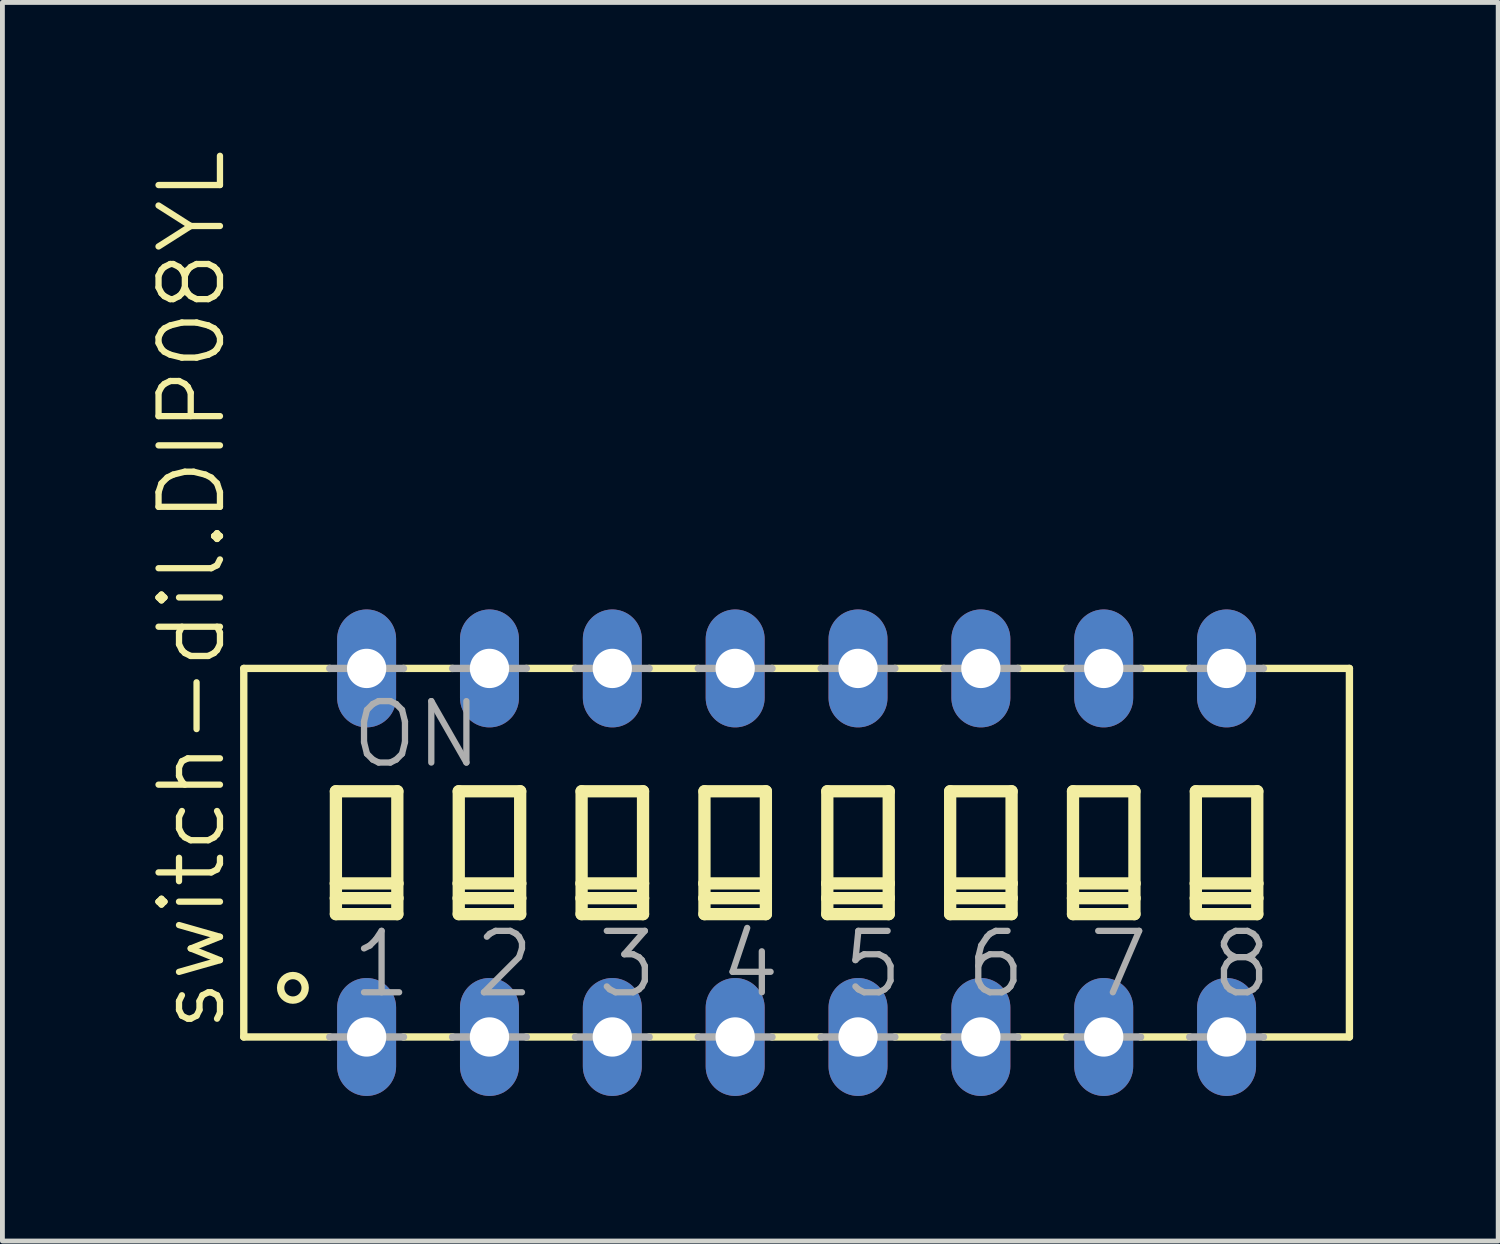
<source format=kicad_pcb>
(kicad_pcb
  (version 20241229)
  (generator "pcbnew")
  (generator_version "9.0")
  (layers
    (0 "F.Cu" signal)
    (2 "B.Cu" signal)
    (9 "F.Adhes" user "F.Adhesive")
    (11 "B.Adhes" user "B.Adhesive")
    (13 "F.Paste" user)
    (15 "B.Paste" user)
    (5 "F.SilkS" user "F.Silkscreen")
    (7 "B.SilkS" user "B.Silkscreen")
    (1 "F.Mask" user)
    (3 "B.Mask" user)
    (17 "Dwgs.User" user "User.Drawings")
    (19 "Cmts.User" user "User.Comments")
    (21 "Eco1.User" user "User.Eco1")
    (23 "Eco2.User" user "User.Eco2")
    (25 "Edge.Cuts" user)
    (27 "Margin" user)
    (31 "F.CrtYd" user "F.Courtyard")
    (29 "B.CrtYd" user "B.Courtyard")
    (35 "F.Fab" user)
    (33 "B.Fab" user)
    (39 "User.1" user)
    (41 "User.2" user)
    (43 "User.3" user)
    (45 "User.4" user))
  (footprint "switch-dil.DIP08YL"
    (layer "F.Cu")
    (at 13.42 14.58)
    (property "Reference" "switch-dil.DIP08YL" (at -11.76 3.759 90) (layer "F.SilkS") (effects (font (size 1.27 1.27) (thickness 0.13)) (justify left bottom)))
    (attr through_hole)
    (fp_line (start -11.43 -3.81) (end -11.43 3.81) (stroke (width 0.152) (type default)) (layer "F.SilkS"))
    (fp_line (start -11.43 -3.81) (end -9.652 -3.81) (stroke (width 0.152) (type default)) (layer "F.SilkS"))
    (fp_line (start -11.43 3.81) (end -9.652 3.81) (stroke (width 0.152) (type default)) (layer "F.SilkS"))
    (fp_line (start -9.525 -1.27) (end -9.525 0.635) (stroke (width 0.254) (type default)) (layer "F.SilkS"))
    (fp_line (start -9.525 0.635) (end -9.525 0.94) (stroke (width 0.254) (type default)) (layer "F.SilkS"))
    (fp_line (start -9.525 0.635) (end -8.255 0.635) (stroke (width 0.254) (type default)) (layer "F.SilkS"))
    (fp_line (start -9.525 0.94) (end -9.525 1.27) (stroke (width 0.254) (type default)) (layer "F.SilkS"))
    (fp_line (start -9.525 0.94) (end -8.255 0.94) (stroke (width 0.254) (type default)) (layer "F.SilkS"))
    (fp_line (start -9.525 1.27) (end -8.255 1.27) (stroke (width 0.254) (type default)) (layer "F.SilkS"))
    (fp_line (start -8.255 -1.27) (end -9.525 -1.27) (stroke (width 0.254) (type default)) (layer "F.SilkS"))
    (fp_line (start -8.255 0.635) (end -8.255 -1.27) (stroke (width 0.254) (type default)) (layer "F.SilkS"))
    (fp_line (start -8.255 0.94) (end -8.255 0.635) (stroke (width 0.254) (type default)) (layer "F.SilkS"))
    (fp_line (start -8.255 1.27) (end -8.255 0.94) (stroke (width 0.254) (type default)) (layer "F.SilkS"))
    (fp_line (start -8.128 3.81) (end -7.112 3.81) (stroke (width 0.152) (type default)) (layer "F.SilkS"))
    (fp_line (start -7.112 -3.81) (end -8.128 -3.81) (stroke (width 0.152) (type default)) (layer "F.SilkS"))
    (fp_line (start -6.985 -1.27) (end -6.985 0.635) (stroke (width 0.254) (type default)) (layer "F.SilkS"))
    (fp_line (start -6.985 0.635) (end -6.985 0.94) (stroke (width 0.254) (type default)) (layer "F.SilkS"))
    (fp_line (start -6.985 0.635) (end -5.715 0.635) (stroke (width 0.254) (type default)) (layer "F.SilkS"))
    (fp_line (start -6.985 0.94) (end -6.985 1.27) (stroke (width 0.254) (type default)) (layer "F.SilkS"))
    (fp_line (start -6.985 0.94) (end -5.715 0.94) (stroke (width 0.254) (type default)) (layer "F.SilkS"))
    (fp_line (start -6.985 1.27) (end -5.715 1.27) (stroke (width 0.254) (type default)) (layer "F.SilkS"))
    (fp_line (start -5.715 -1.27) (end -6.985 -1.27) (stroke (width 0.254) (type default)) (layer "F.SilkS"))
    (fp_line (start -5.715 0.635) (end -5.715 -1.27) (stroke (width 0.254) (type default)) (layer "F.SilkS"))
    (fp_line (start -5.715 0.94) (end -5.715 0.635) (stroke (width 0.254) (type default)) (layer "F.SilkS"))
    (fp_line (start -5.715 1.27) (end -5.715 0.94) (stroke (width 0.254) (type default)) (layer "F.SilkS"))
    (fp_line (start -5.588 3.81) (end -4.572 3.81) (stroke (width 0.152) (type default)) (layer "F.SilkS"))
    (fp_line (start -4.572 -3.81) (end -5.588 -3.81) (stroke (width 0.152) (type default)) (layer "F.SilkS"))
    (fp_line (start -4.445 -1.27) (end -4.445 0.635) (stroke (width 0.254) (type default)) (layer "F.SilkS"))
    (fp_line (start -4.445 0.635) (end -4.445 0.94) (stroke (width 0.254) (type default)) (layer "F.SilkS"))
    (fp_line (start -4.445 0.635) (end -3.175 0.635) (stroke (width 0.254) (type default)) (layer "F.SilkS"))
    (fp_line (start -4.445 0.94) (end -4.445 1.27) (stroke (width 0.254) (type default)) (layer "F.SilkS"))
    (fp_line (start -4.445 0.94) (end -3.175 0.94) (stroke (width 0.254) (type default)) (layer "F.SilkS"))
    (fp_line (start -4.445 1.27) (end -3.175 1.27) (stroke (width 0.254) (type default)) (layer "F.SilkS"))
    (fp_line (start -3.175 -1.27) (end -4.445 -1.27) (stroke (width 0.254) (type default)) (layer "F.SilkS"))
    (fp_line (start -3.175 0.635) (end -3.175 -1.27) (stroke (width 0.254) (type default)) (layer "F.SilkS"))
    (fp_line (start -3.175 0.94) (end -3.175 0.635) (stroke (width 0.254) (type default)) (layer "F.SilkS"))
    (fp_line (start -3.175 1.27) (end -3.175 0.94) (stroke (width 0.254) (type default)) (layer "F.SilkS"))
    (fp_line (start -3.048 3.81) (end -2.032 3.81) (stroke (width 0.152) (type default)) (layer "F.SilkS"))
    (fp_line (start -2.032 -3.81) (end -3.048 -3.81) (stroke (width 0.152) (type default)) (layer "F.SilkS"))
    (fp_line (start -1.905 -1.27) (end -1.905 0.635) (stroke (width 0.254) (type default)) (layer "F.SilkS"))
    (fp_line (start -1.905 0.635) (end -1.905 0.94) (stroke (width 0.254) (type default)) (layer "F.SilkS"))
    (fp_line (start -1.905 0.635) (end -0.635 0.635) (stroke (width 0.254) (type default)) (layer "F.SilkS"))
    (fp_line (start -1.905 0.94) (end -1.905 1.27) (stroke (width 0.254) (type default)) (layer "F.SilkS"))
    (fp_line (start -1.905 0.94) (end -0.635 0.94) (stroke (width 0.254) (type default)) (layer "F.SilkS"))
    (fp_line (start -1.905 1.27) (end -0.635 1.27) (stroke (width 0.254) (type default)) (layer "F.SilkS"))
    (fp_line (start -0.635 -1.27) (end -1.905 -1.27) (stroke (width 0.254) (type default)) (layer "F.SilkS"))
    (fp_line (start -0.635 0.635) (end -0.635 -1.27) (stroke (width 0.254) (type default)) (layer "F.SilkS"))
    (fp_line (start -0.635 0.94) (end -0.635 0.635) (stroke (width 0.254) (type default)) (layer "F.SilkS"))
    (fp_line (start -0.635 1.27) (end -0.635 0.94) (stroke (width 0.254) (type default)) (layer "F.SilkS"))
    (fp_line (start -0.508 3.81) (end 0.508 3.81) (stroke (width 0.152) (type default)) (layer "F.SilkS"))
    (fp_line (start 0.508 -3.81) (end -0.508 -3.81) (stroke (width 0.152) (type default)) (layer "F.SilkS"))
    (fp_line (start 0.635 -1.27) (end 0.635 0.635) (stroke (width 0.254) (type default)) (layer "F.SilkS"))
    (fp_line (start 0.635 0.635) (end 0.635 0.94) (stroke (width 0.254) (type default)) (layer "F.SilkS"))
    (fp_line (start 0.635 0.635) (end 1.905 0.635) (stroke (width 0.254) (type default)) (layer "F.SilkS"))
    (fp_line (start 0.635 0.94) (end 0.635 1.27) (stroke (width 0.254) (type default)) (layer "F.SilkS"))
    (fp_line (start 0.635 0.94) (end 1.905 0.94) (stroke (width 0.254) (type default)) (layer "F.SilkS"))
    (fp_line (start 0.635 1.27) (end 1.905 1.27) (stroke (width 0.254) (type default)) (layer "F.SilkS"))
    (fp_line (start 1.905 -1.27) (end 0.635 -1.27) (stroke (width 0.254) (type default)) (layer "F.SilkS"))
    (fp_line (start 1.905 0.635) (end 1.905 -1.27) (stroke (width 0.254) (type default)) (layer "F.SilkS"))
    (fp_line (start 1.905 0.94) (end 1.905 0.635) (stroke (width 0.254) (type default)) (layer "F.SilkS"))
    (fp_line (start 1.905 1.27) (end 1.905 0.94) (stroke (width 0.254) (type default)) (layer "F.SilkS"))
    (fp_line (start 2.032 3.81) (end 3.048 3.81) (stroke (width 0.152) (type default)) (layer "F.SilkS"))
    (fp_line (start 3.048 -3.81) (end 2.032 -3.81) (stroke (width 0.152) (type default)) (layer "F.SilkS"))
    (fp_line (start 3.175 -1.27) (end 3.175 0.635) (stroke (width 0.254) (type default)) (layer "F.SilkS"))
    (fp_line (start 3.175 0.635) (end 3.175 0.94) (stroke (width 0.254) (type default)) (layer "F.SilkS"))
    (fp_line (start 3.175 0.635) (end 4.445 0.635) (stroke (width 0.254) (type default)) (layer "F.SilkS"))
    (fp_line (start 3.175 0.94) (end 3.175 1.27) (stroke (width 0.254) (type default)) (layer "F.SilkS"))
    (fp_line (start 3.175 0.94) (end 4.445 0.94) (stroke (width 0.254) (type default)) (layer "F.SilkS"))
    (fp_line (start 3.175 1.27) (end 4.445 1.27) (stroke (width 0.254) (type default)) (layer "F.SilkS"))
    (fp_line (start 4.445 -1.27) (end 3.175 -1.27) (stroke (width 0.254) (type default)) (layer "F.SilkS"))
    (fp_line (start 4.445 0.635) (end 4.445 -1.27) (stroke (width 0.254) (type default)) (layer "F.SilkS"))
    (fp_line (start 4.445 0.94) (end 4.445 0.635) (stroke (width 0.254) (type default)) (layer "F.SilkS"))
    (fp_line (start 4.445 1.27) (end 4.445 0.94) (stroke (width 0.254) (type default)) (layer "F.SilkS"))
    (fp_line (start 4.572 3.81) (end 5.588 3.81) (stroke (width 0.152) (type default)) (layer "F.SilkS"))
    (fp_line (start 5.588 -3.81) (end 4.572 -3.81) (stroke (width 0.152) (type default)) (layer "F.SilkS"))
    (fp_line (start 5.715 -1.27) (end 5.715 0.635) (stroke (width 0.254) (type default)) (layer "F.SilkS"))
    (fp_line (start 5.715 0.635) (end 5.715 0.94) (stroke (width 0.254) (type default)) (layer "F.SilkS"))
    (fp_line (start 5.715 0.635) (end 6.985 0.635) (stroke (width 0.254) (type default)) (layer "F.SilkS"))
    (fp_line (start 5.715 0.94) (end 5.715 1.27) (stroke (width 0.254) (type default)) (layer "F.SilkS"))
    (fp_line (start 5.715 0.94) (end 6.985 0.94) (stroke (width 0.254) (type default)) (layer "F.SilkS"))
    (fp_line (start 5.715 1.27) (end 6.985 1.27) (stroke (width 0.254) (type default)) (layer "F.SilkS"))
    (fp_line (start 6.985 -1.27) (end 5.715 -1.27) (stroke (width 0.254) (type default)) (layer "F.SilkS"))
    (fp_line (start 6.985 0.635) (end 6.985 -1.27) (stroke (width 0.254) (type default)) (layer "F.SilkS"))
    (fp_line (start 6.985 0.94) (end 6.985 0.635) (stroke (width 0.254) (type default)) (layer "F.SilkS"))
    (fp_line (start 6.985 1.27) (end 6.985 0.94) (stroke (width 0.254) (type default)) (layer "F.SilkS"))
    (fp_line (start 7.112 3.81) (end 8.128 3.81) (stroke (width 0.152) (type default)) (layer "F.SilkS"))
    (fp_line (start 8.128 -3.81) (end 7.112 -3.81) (stroke (width 0.152) (type default)) (layer "F.SilkS"))
    (fp_line (start 8.255 -1.27) (end 8.255 0.635) (stroke (width 0.254) (type default)) (layer "F.SilkS"))
    (fp_line (start 8.255 0.635) (end 8.255 0.94) (stroke (width 0.254) (type default)) (layer "F.SilkS"))
    (fp_line (start 8.255 0.635) (end 9.525 0.635) (stroke (width 0.254) (type default)) (layer "F.SilkS"))
    (fp_line (start 8.255 0.94) (end 8.255 1.27) (stroke (width 0.254) (type default)) (layer "F.SilkS"))
    (fp_line (start 8.255 0.94) (end 9.525 0.94) (stroke (width 0.254) (type default)) (layer "F.SilkS"))
    (fp_line (start 8.255 1.27) (end 9.525 1.27) (stroke (width 0.254) (type default)) (layer "F.SilkS"))
    (fp_line (start 9.525 -1.27) (end 8.255 -1.27) (stroke (width 0.254) (type default)) (layer "F.SilkS"))
    (fp_line (start 9.525 0.635) (end 9.525 -1.27) (stroke (width 0.254) (type default)) (layer "F.SilkS"))
    (fp_line (start 9.525 0.94) (end 9.525 0.635) (stroke (width 0.254) (type default)) (layer "F.SilkS"))
    (fp_line (start 9.525 1.27) (end 9.525 0.94) (stroke (width 0.254) (type default)) (layer "F.SilkS"))
    (fp_line (start 11.43 -3.81) (end 9.652 -3.81) (stroke (width 0.152) (type default)) (layer "F.SilkS"))
    (fp_line (start 11.43 3.81) (end 9.652 3.81) (stroke (width 0.152) (type default)) (layer "F.SilkS"))
    (fp_line (start 11.43 3.81) (end 11.43 -3.81) (stroke (width 0.152) (type default)) (layer "F.SilkS"))
    (fp_circle (center -10.414 2.794) (end -10.16 2.794) (stroke (width 0.152) (type default)) (fill no) (layer "F.SilkS"))
    (fp_line (start -9.652 3.81) (end -8.128 3.81) (stroke (width 0.152) (type default)) (layer "F.Fab"))
    (fp_line (start -8.128 -3.81) (end -9.652 -3.81) (stroke (width 0.152) (type default)) (layer "F.Fab"))
    (fp_line (start -7.112 3.81) (end -5.588 3.81) (stroke (width 0.152) (type default)) (layer "F.Fab"))
    (fp_line (start -5.588 -3.81) (end -7.112 -3.81) (stroke (width 0.152) (type default)) (layer "F.Fab"))
    (fp_line (start -4.572 3.81) (end -3.048 3.81) (stroke (width 0.152) (type default)) (layer "F.Fab"))
    (fp_line (start -3.048 -3.81) (end -4.572 -3.81) (stroke (width 0.152) (type default)) (layer "F.Fab"))
    (fp_line (start -2.032 3.81) (end -0.508 3.81) (stroke (width 0.152) (type default)) (layer "F.Fab"))
    (fp_line (start -0.508 -3.81) (end -2.032 -3.81) (stroke (width 0.152) (type default)) (layer "F.Fab"))
    (fp_line (start 0.508 3.81) (end 2.032 3.81) (stroke (width 0.152) (type default)) (layer "F.Fab"))
    (fp_line (start 2.032 -3.81) (end 0.508 -3.81) (stroke (width 0.152) (type default)) (layer "F.Fab"))
    (fp_line (start 3.048 3.81) (end 4.572 3.81) (stroke (width 0.152) (type default)) (layer "F.Fab"))
    (fp_line (start 4.572 -3.81) (end 3.048 -3.81) (stroke (width 0.152) (type default)) (layer "F.Fab"))
    (fp_line (start 5.588 3.81) (end 7.112 3.81) (stroke (width 0.152) (type default)) (layer "F.Fab"))
    (fp_line (start 7.112 -3.81) (end 5.588 -3.81) (stroke (width 0.152) (type default)) (layer "F.Fab"))
    (fp_line (start 8.128 3.81) (end 9.652 3.81) (stroke (width 0.152) (type default)) (layer "F.Fab"))
    (fp_line (start 9.652 -3.81) (end 8.128 -3.81) (stroke (width 0.152) (type default)) (layer "F.Fab"))
    (fp_text user "7" (at 5.969 3.048 0) (layer "F.Fab") (effects (font (size 1.27 1.27) (thickness 0.13)) (justify left bottom)))
    (fp_text user "ON" (at -9.271 -1.702 0) (layer "F.Fab") (effects (font (size 1.27 1.27) (thickness 0.13)) (justify left bottom)))
    (fp_text user "3" (at -4.191 3.048 0) (layer "F.Fab") (effects (font (size 1.27 1.27) (thickness 0.13)) (justify left bottom)))
    (fp_text user "1" (at -9.271 3.048 0) (layer "F.Fab") (effects (font (size 1.27 1.27) (thickness 0.13)) (justify left bottom)))
    (fp_text user "6" (at 3.429 3.048 0) (layer "F.Fab") (effects (font (size 1.27 1.27) (thickness 0.13)) (justify left bottom)))
    (fp_text user "8" (at 8.509 3.048 0) (layer "F.Fab") (effects (font (size 1.27 1.27) (thickness 0.13)) (justify left bottom)))
    (fp_text user "5" (at 0.889 3.048 0) (layer "F.Fab") (effects (font (size 1.27 1.27) (thickness 0.13)) (justify left bottom)))
    (fp_text user "2" (at -6.731 3.048 0) (layer "F.Fab") (effects (font (size 1.27 1.27) (thickness 0.13)) (justify left bottom)))
    (fp_text user "4" (at -1.651 3.048 0) (layer "F.Fab") (effects (font (size 1.27 1.27) (thickness 0.13)) (justify left bottom)))
    (pad "1" thru_hole oval (at -8.89 3.81 90) (size 2.438 1.219) (drill 0.813) (layers "*.Cu" "*.Mask"))
    (pad "2" thru_hole oval (at -6.35 3.81 90) (size 2.438 1.219) (drill 0.813) (layers "*.Cu" "*.Mask"))
    (pad "3" thru_hole oval (at -3.81 3.81 90) (size 2.438 1.219) (drill 0.813) (layers "*.Cu" "*.Mask"))
    (pad "4" thru_hole oval (at -1.27 3.81 90) (size 2.438 1.219) (drill 0.813) (layers "*.Cu" "*.Mask"))
    (pad "5" thru_hole oval (at 1.27 3.81 90) (size 2.438 1.219) (drill 0.813) (layers "*.Cu" "*.Mask"))
    (pad "6" thru_hole oval (at 3.81 3.81 90) (size 2.438 1.219) (drill 0.813) (layers "*.Cu" "*.Mask"))
    (pad "7" thru_hole oval (at 6.35 3.81 90) (size 2.438 1.219) (drill 0.813) (layers "*.Cu" "*.Mask"))
    (pad "8" thru_hole oval (at 8.89 3.81 90) (size 2.438 1.219) (drill 0.813) (layers "*.Cu" "*.Mask"))
    (pad "9" thru_hole oval (at 8.89 -3.81 90) (size 2.438 1.219) (drill 0.813) (layers "*.Cu" "*.Mask"))
    (pad "10" thru_hole oval (at 6.35 -3.81 90) (size 2.438 1.219) (drill 0.813) (layers "*.Cu" "*.Mask"))
    (pad "11" thru_hole oval (at 3.81 -3.81 90) (size 2.438 1.219) (drill 0.813) (layers "*.Cu" "*.Mask"))
    (pad "12" thru_hole oval (at 1.27 -3.81 90) (size 2.438 1.219) (drill 0.813) (layers "*.Cu" "*.Mask"))
    (pad "13" thru_hole oval (at -1.27 -3.81 90) (size 2.438 1.219) (drill 0.813) (layers "*.Cu" "*.Mask"))
    (pad "14" thru_hole oval (at -3.81 -3.81 90) (size 2.438 1.219) (drill 0.813) (layers "*.Cu" "*.Mask"))
    (pad "15" thru_hole oval (at -6.35 -3.81 90) (size 2.438 1.219) (drill 0.813) (layers "*.Cu" "*.Mask"))
    (pad "16" thru_hole oval (at -8.89 -3.81 90) (size 2.438 1.219) (drill 0.813) (layers "*.Cu" "*.Mask")))
  (gr_rect
    (start -3 -3)
    (end 27.926 22.609)
    (stroke (width 0.1) (type default))
    (fill no)
    (layer "Edge.Cuts")))
</source>
